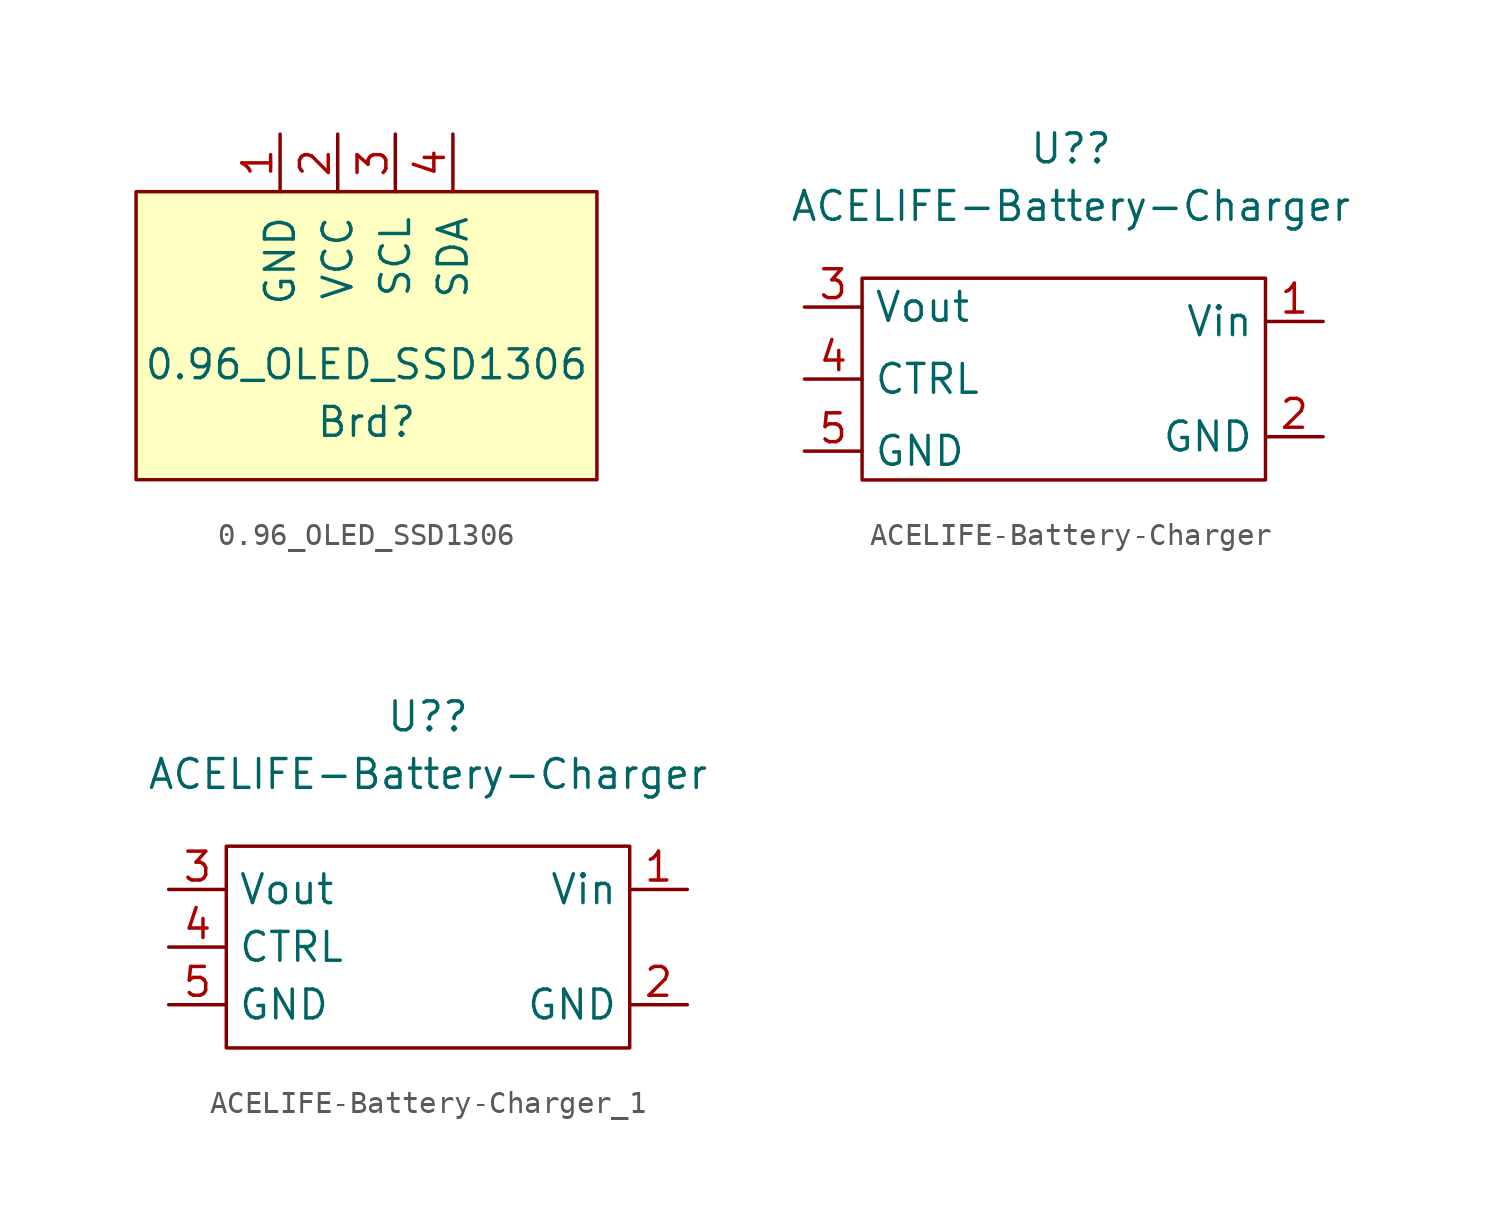
<source format=kicad_sym>
(kicad_symbol_lib
  (version 20211014)
  (generator kicad_symbol_editor)
  (symbol "0.96_OLED_SSD1306"
    (pin_names
      (offset 1.016))
    (property "Reference" "Brd"
      (at 0 -3.81 0)
      (effects (font (size 1.27 1.27))))
    (property "Value" "0.96_OLED_SSD1306"
      (at 0 -1.27 0)
      (effects (font (size 1.27 1.27))))
    (symbol "0.96_OLED_SSD1306_0_1"
      (rectangle (start -10.16 6.35) (end 10.16 -6.35) (stroke (width 0) (type default) (color 0 0 0 0)) (fill (type background))))
    (symbol "0.96_OLED_SSD1306_1_1"
      (pin input line (at -3.81 8.89 270) (length 2.54) (name "GND" (effects (font (size 1.27 1.27)))) (number "1" (effects (font (size 1.27 1.27)))))
      (pin power_in line (at -1.27 8.89 270) (length 2.54) (name "VCC" (effects (font (size 1.27 1.27)))) (number "2" (effects (font (size 1.27 1.27)))))
      (pin input line (at 1.27 8.89 270) (length 2.54) (name "SCL" (effects (font (size 1.27 1.27)))) (number "3" (effects (font (size 1.27 1.27)))))
      (pin input line (at 3.81 8.89 270) (length 2.54) (name "SDA" (effects (font (size 1.27 1.27)))) (number "4" (effects (font (size 1.27 1.27)))))))
  (symbol "ACELIFE-Battery-Charger"
    (property "Reference" "U?"
      (at 0.318 10.16 0)
      (effects (font (size 1.27 1.27))))
    (property "Value" "ACELIFE-Battery-Charger"
      (at 0.318 7.62 0)
      (effects (font (size 1.27 1.27))))
    (symbol "ACELIFE-Battery-Charger_0_1"
      (rectangle (start 8.89 -4.445) (end -8.89 4.445) (stroke (width 0) (type default) (color 0 0 0 0)) (fill (type none))))
    (symbol "ACELIFE-Battery-Charger_1_1"
      (pin power_in line (at 11.43 2.54 180) (length 2.54) (name "Vin" (effects (font (size 1.27 1.27)))) (number "1" (effects (font (size 1.27 1.27)))))
      (pin passive line (at 11.43 -2.54 180) (length 2.54) (name "GND" (effects (font (size 1.27 1.27)))) (number "2" (effects (font (size 1.27 1.27)))))
      (pin power_out line (at -11.43 3.175 0) (length 2.54) (name "Vout" (effects (font (size 1.27 1.27)))) (number "3" (effects (font (size 1.27 1.27)))))
      (pin passive line (at -11.43 0 0) (length 2.54) (name "CTRL" (effects (font (size 1.27 1.27)))) (number "4" (effects (font (size 1.27 1.27)))))
      (pin passive line (at -11.43 -3.175 0) (length 2.54) (name "GND" (effects (font (size 1.27 1.27)))) (number "5" (effects (font (size 1.27 1.27)))))))
  (symbol "ACELIFE-Battery-Charger_1"
    (property "Reference" "U?"
      (at 0 10.16 0)
      (effects (font (size 1.27 1.27))))
    (property "Value" "ACELIFE-Battery-Charger"
      (at 0 7.62 0)
      (effects (font (size 1.27 1.27))))
    (symbol "ACELIFE-Battery-Charger_1_0_1"
      (rectangle (start 8.89 -4.445) (end -8.89 4.445) (stroke (width 0) (type default) (color 0 0 0 0)) (fill (type none))))
    (symbol "ACELIFE-Battery-Charger_1_1_1"
      (pin power_in line (at 11.43 2.54 180) (length 2.54) (name "Vin" (effects (font (size 1.27 1.27)))) (number "1" (effects (font (size 1.27 1.27)))))
      (pin passive line (at 11.43 -2.54 180) (length 2.54) (name "GND" (effects (font (size 1.27 1.27)))) (number "2" (effects (font (size 1.27 1.27)))))
      (pin power_out line (at -11.43 2.54 0) (length 2.54) (name "Vout" (effects (font (size 1.27 1.27)))) (number "3" (effects (font (size 1.27 1.27)))))
      (pin passive line (at -11.43 0 0) (length 2.54) (name "CTRL" (effects (font (size 1.27 1.27)))) (number "4" (effects (font (size 1.27 1.27)))))
      (pin passive line (at -11.43 -2.54 0) (length 2.54) (name "GND" (effects (font (size 1.27 1.27)))) (number "5" (effects (font (size 1.27 1.27))))))))
</source>
